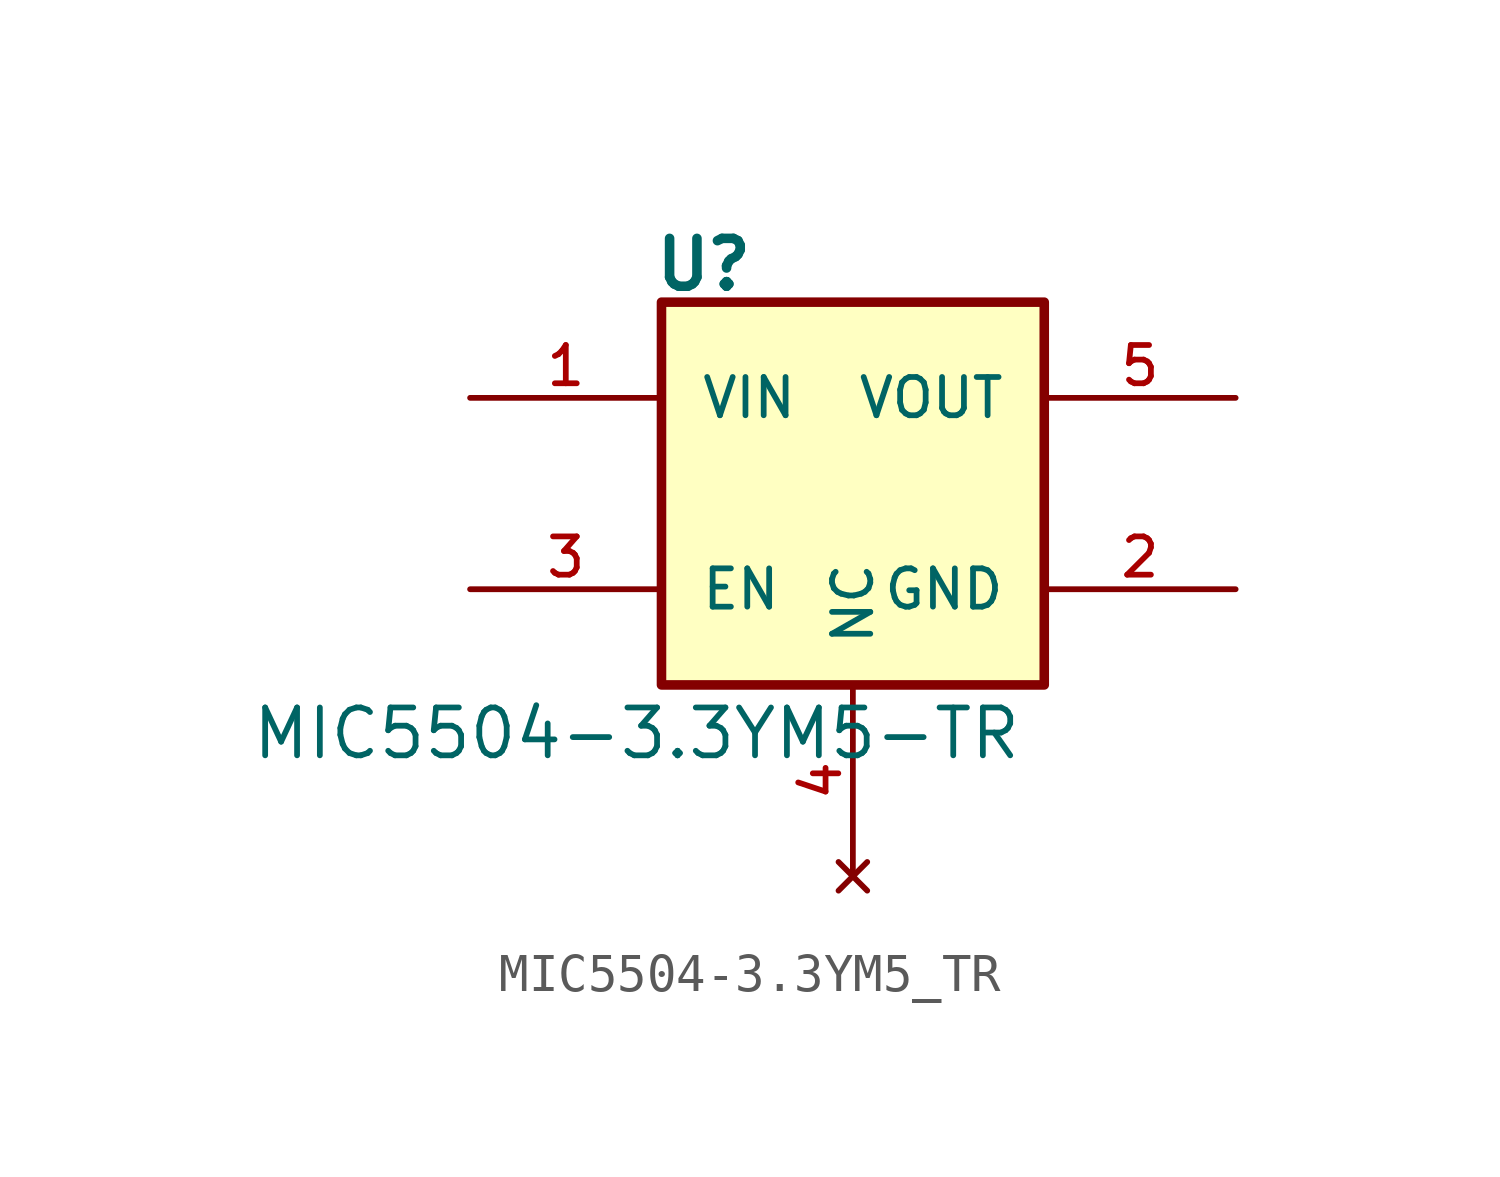
<source format=kicad_sym>
(kicad_symbol_lib
  (version 20220914)
  (generator kicad_symbol_editor)
  (symbol "MIC5504-3.3YM5_TR"
    (pin_names
      (offset 1.016))
    (property "Reference" "U"
      (at -5.334 5.334 0)
      (do_not_autoplace)
      (effects (font (size 1.27 1.27) bold) (justify left bottom)))
    (property "Value" "MIC5504-3.3YM5-TR"
      (at -16.002 -7.112 0)
      (do_not_autoplace)
      (effects (font (size 1.27 1.27)) (justify left bottom)))
    (symbol "MIC5504-3.3YM5_TR_0_0"
      (rectangle (start -5.08 5.08) (end 5.08 -5.08) (stroke (width 0.254) (type default)) (fill (type background))))
    (symbol "MIC5504-3.3YM5_TR_1_0"
      (pin power_in line (at -10.16 2.54 0) (length 5.08) (name "VIN" (effects (font (size 1.016 1.016)))) (number "1" (effects (font (size 1.016 1.016)))))
      (pin power_in line (at 10.16 -2.54 180) (length 5.08) (name "GND" (effects (font (size 1.016 1.016)))) (number "2" (effects (font (size 1.016 1.016)))))
      (pin input line (at -10.16 -2.54 0) (length 5.08) (name "EN" (effects (font (size 1.016 1.016)))) (number "3" (effects (font (size 1.016 1.016)))))
      (pin no_connect line (at 0 -10.16 90) (length 5.08) (name "NC" (effects (font (size 1.016 1.016)))) (number "4" (effects (font (size 1.016 1.016)))))
      (pin power_out line (at 10.16 2.54 180) (length 5.08) (name "VOUT" (effects (font (size 1.016 1.016)))) (number "5" (effects (font (size 1.016 1.016))))))))
</source>
